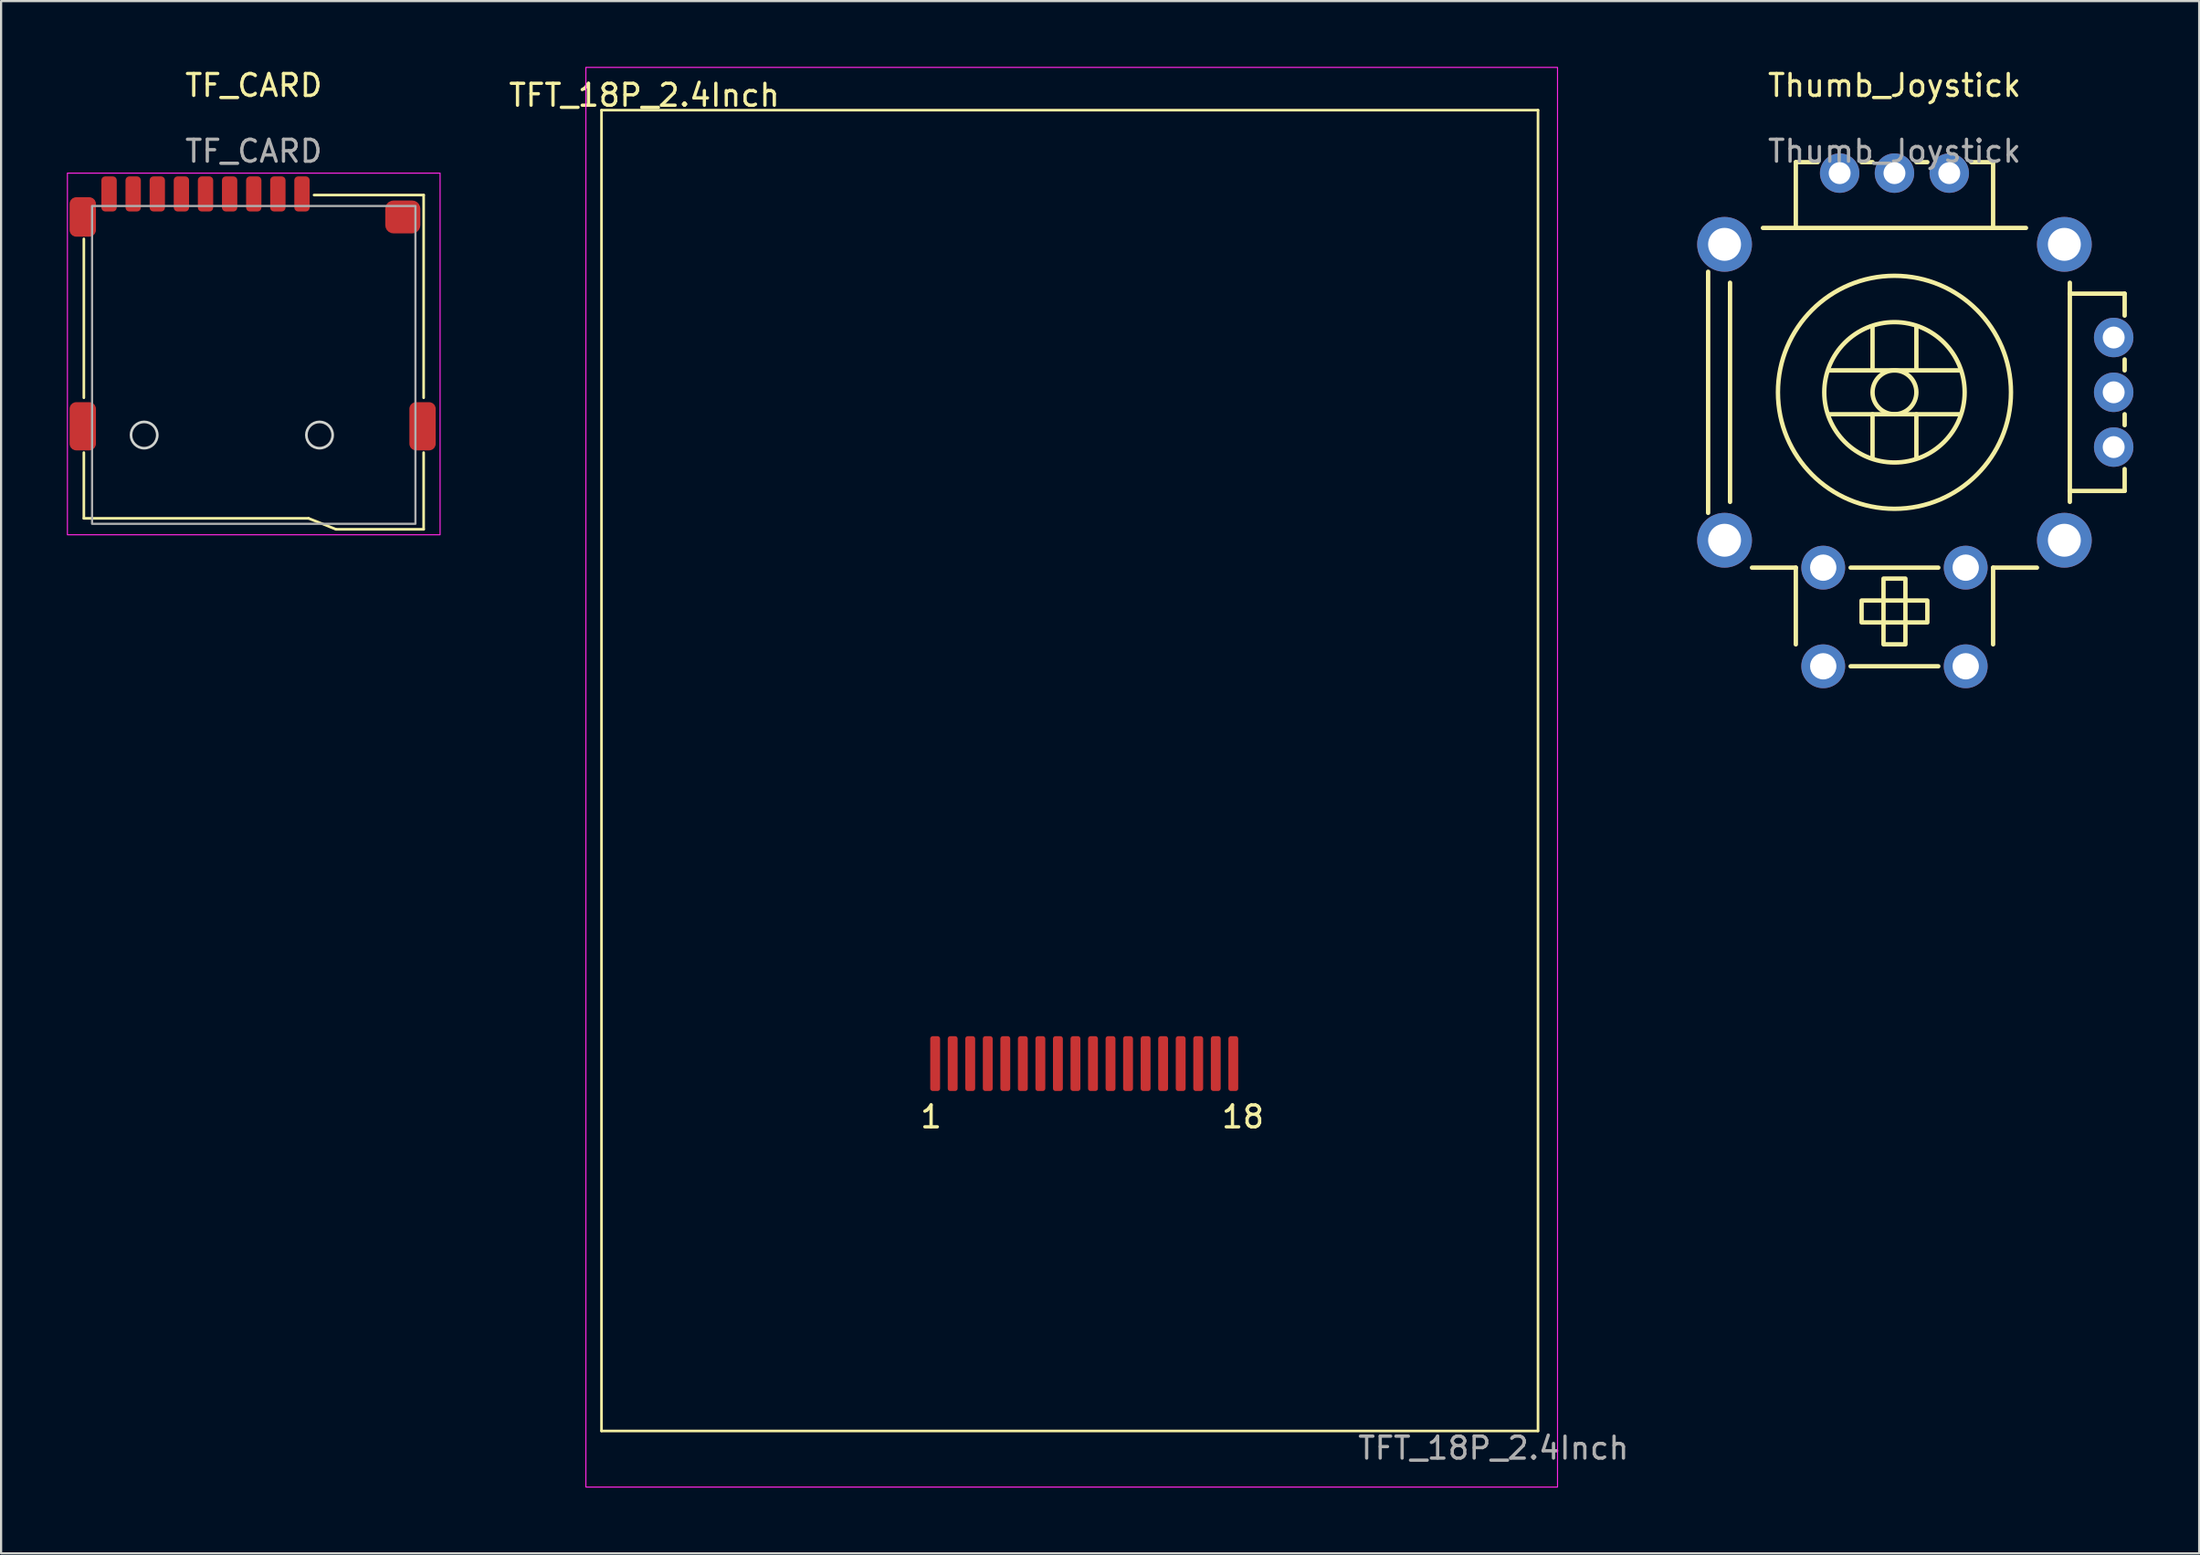
<source format=kicad_pcb>
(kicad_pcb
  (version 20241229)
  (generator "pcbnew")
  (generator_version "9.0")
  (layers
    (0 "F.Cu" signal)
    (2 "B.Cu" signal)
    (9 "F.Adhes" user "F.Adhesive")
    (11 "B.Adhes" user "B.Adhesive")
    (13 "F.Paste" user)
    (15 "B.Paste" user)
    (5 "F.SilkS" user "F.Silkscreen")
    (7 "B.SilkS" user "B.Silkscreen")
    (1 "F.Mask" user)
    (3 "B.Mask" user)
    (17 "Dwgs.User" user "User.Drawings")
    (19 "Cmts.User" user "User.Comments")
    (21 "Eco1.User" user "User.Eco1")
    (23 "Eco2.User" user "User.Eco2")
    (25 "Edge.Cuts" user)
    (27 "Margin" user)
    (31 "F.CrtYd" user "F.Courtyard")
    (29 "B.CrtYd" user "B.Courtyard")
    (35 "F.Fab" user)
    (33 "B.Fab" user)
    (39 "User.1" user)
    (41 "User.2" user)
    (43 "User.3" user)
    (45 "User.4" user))
  (footprint "TFT_18P_2.4Inch"
    (layer "F.Cu")
    (at 46.408 44.475)
    (property "Reference" "TFT_18P_2.4Inch" (at -20.066 -43.18 0) (unlocked yes) (layer "F.SilkS") (effects (font (size 1 1) (thickness 0.15))))
    (attr smd)
    (fp_line (start -22.02 -42.5) (end -22.02 17.76) (stroke (width 0.12) (type solid)) (layer "F.SilkS"))
    (fp_line (start -22.02 17.76) (end 20.7 17.76) (stroke (width 0.12) (type solid)) (layer "F.SilkS"))
    (fp_line (start 20.7 -42.5) (end -22.02 -42.5) (stroke (width 0.12) (type solid)) (layer "F.SilkS"))
    (fp_line (start 20.7 17.76) (end 20.7 -42.5) (stroke (width 0.12) (type solid)) (layer "F.SilkS"))
    (fp_rect (start -22.733 -44.45) (end 21.59 20.32) (stroke (width 0.05) (type solid)) (fill no) (layer "F.CrtYd"))
    (fp_text user "1" (at -6.985 3.429 0) (unlocked yes) (layer "F.SilkS") (effects (font (size 1 1) (thickness 0.15))))
    (fp_text user "18" (at 7.239 3.429 0) (unlocked yes) (layer "F.SilkS") (effects (font (size 1 1) (thickness 0.15))))
    (fp_text user "${REFERENCE}" (at 18.669 18.542 0) (unlocked yes) (layer "F.Fab") (effects (font (size 1 1) (thickness 0.15))))
    (pad "1" smd roundrect (at -6.8 1) (size 0.45 2.5) (layers "F.Cu" "F.Mask" "F.Paste") (roundrect_rratio 0.25))
    (pad "2" smd roundrect (at -6 1) (size 0.45 2.5) (layers "F.Cu" "F.Mask" "F.Paste") (roundrect_rratio 0.25))
    (pad "3" smd roundrect (at -5.2 1) (size 0.45 2.5) (layers "F.Cu" "F.Mask" "F.Paste") (roundrect_rratio 0.25))
    (pad "4" smd roundrect (at -4.4 1) (size 0.45 2.5) (layers "F.Cu" "F.Mask" "F.Paste") (roundrect_rratio 0.25))
    (pad "5" smd roundrect (at -3.6 1) (size 0.45 2.5) (layers "F.Cu" "F.Mask" "F.Paste") (roundrect_rratio 0.25))
    (pad "6" smd roundrect (at -2.8 1) (size 0.45 2.5) (layers "F.Cu" "F.Mask" "F.Paste") (roundrect_rratio 0.25))
    (pad "7" smd roundrect (at -2 1) (size 0.45 2.5) (layers "F.Cu" "F.Mask" "F.Paste") (roundrect_rratio 0.25))
    (pad "8" smd roundrect (at -1.2 1) (size 0.45 2.5) (layers "F.Cu" "F.Mask" "F.Paste") (roundrect_rratio 0.25))
    (pad "9" smd roundrect (at -0.4 1) (size 0.45 2.5) (layers "F.Cu" "F.Mask" "F.Paste") (roundrect_rratio 0.25))
    (pad "10" smd roundrect (at 0.4 1) (size 0.45 2.5) (layers "F.Cu" "F.Mask" "F.Paste") (roundrect_rratio 0.25))
    (pad "11" smd roundrect (at 1.2 1) (size 0.45 2.5) (layers "F.Cu" "F.Mask" "F.Paste") (roundrect_rratio 0.25))
    (pad "12" smd roundrect (at 2 1) (size 0.45 2.5) (layers "F.Cu" "F.Mask" "F.Paste") (roundrect_rratio 0.25))
    (pad "13" smd roundrect (at 2.8 1) (size 0.45 2.5) (layers "F.Cu" "F.Mask" "F.Paste") (roundrect_rratio 0.25))
    (pad "14" smd roundrect (at 3.6 1) (size 0.45 2.5) (layers "F.Cu" "F.Mask" "F.Paste") (roundrect_rratio 0.25))
    (pad "15" smd roundrect (at 4.4 1) (size 0.45 2.5) (layers "F.Cu" "F.Mask" "F.Paste") (roundrect_rratio 0.25))
    (pad "16" smd roundrect (at 5.2 1) (size 0.45 2.5) (layers "F.Cu" "F.Mask" "F.Paste") (roundrect_rratio 0.25))
    (pad "17" smd roundrect (at 6 1) (size 0.45 2.5) (layers "F.Cu" "F.Mask" "F.Paste") (roundrect_rratio 0.25))
    (pad "18" smd roundrect (at 6.8 1) (size 0.45 2.5) (layers "F.Cu" "F.Mask" "F.Paste") (roundrect_rratio 0.25)))
  (footprint "TF_CARD"
    (layer "F.Cu")
    (at 8.525 6.348)
    (property "Reference" "TF_CARD" (at 0 -5.5 0) (unlocked yes) (layer "F.SilkS") (effects (font (size 1 1) (thickness 0.15))))
    (attr smd)
    (fp_line (start -7.75 1.5) (end -7.75 8.75) (stroke (width 0.12) (type solid)) (layer "F.SilkS"))
    (fp_line (start -7.75 11.25) (end -7.75 14.25) (stroke (width 0.12) (type solid)) (layer "F.SilkS"))
    (fp_line (start -7.75 14.25) (end 2.5 14.25) (stroke (width 0.12) (type solid)) (layer "F.SilkS"))
    (fp_line (start 3.75 14.75) (end 2.5 14.25) (stroke (width 0.12) (type solid)) (layer "F.SilkS"))
    (fp_line (start 7.75 -0.5) (end 2.75 -0.5) (stroke (width 0.12) (type solid)) (layer "F.SilkS"))
    (fp_line (start 7.75 8.75) (end 7.75 -0.5) (stroke (width 0.12) (type solid)) (layer "F.SilkS"))
    (fp_line (start 7.75 14.75) (end 3.75 14.75) (stroke (width 0.12) (type solid)) (layer "F.SilkS"))
    (fp_line (start 7.75 14.75) (end 7.75 11.25) (stroke (width 0.12) (type solid)) (layer "F.SilkS"))
    (fp_circle (center -5 10.45) (end -4.4 10.45) (stroke (width 0.12) (type solid)) (fill no) (layer "Edge.Cuts"))
    (fp_circle (center 3 10.45) (end 3.6 10.45) (stroke (width 0.12) (type solid)) (fill no) (layer "Edge.Cuts"))
    (fp_rect (start -8.5 -1.5) (end 8.5 15) (stroke (width 0.05) (type solid)) (fill no) (layer "F.CrtYd"))
    (fp_rect (start -7.375 0) (end 7.375 14.5) (stroke (width 0.1) (type solid)) (fill no) (layer "F.Fab"))
    (fp_text user "${REFERENCE}" (at 0 -2.5 0) (unlocked yes) (layer "F.Fab") (effects (font (size 1 1) (thickness 0.15))))
    (pad "1" smd roundrect (at 2.2 -0.55) (size 0.7 1.6) (layers "F.Cu" "F.Mask" "F.Paste") (roundrect_rratio 0.25))
    (pad "2" smd roundrect (at 1.1 -0.55) (size 0.7 1.6) (layers "F.Cu" "F.Mask" "F.Paste") (roundrect_rratio 0.25))
    (pad "3" smd roundrect (at 0 -0.55) (size 0.7 1.6) (layers "F.Cu" "F.Mask" "F.Paste") (roundrect_rratio 0.25))
    (pad "4" smd roundrect (at -1.1 -0.55) (size 0.7 1.6) (layers "F.Cu" "F.Mask" "F.Paste") (roundrect_rratio 0.25))
    (pad "5" smd roundrect (at -2.2 -0.55) (size 0.7 1.6) (layers "F.Cu" "F.Mask" "F.Paste") (roundrect_rratio 0.25))
    (pad "6" smd roundrect (at -3.3 -0.55) (size 0.7 1.6) (layers "F.Cu" "F.Mask" "F.Paste") (roundrect_rratio 0.25))
    (pad "7" smd roundrect (at -4.4 -0.55) (size 0.7 1.6) (layers "F.Cu" "F.Mask" "F.Paste") (roundrect_rratio 0.25))
    (pad "8" smd roundrect (at -5.5 -0.55) (size 0.7 1.6) (layers "F.Cu" "F.Mask" "F.Paste") (roundrect_rratio 0.25))
    (pad "9" smd roundrect (at -6.6 -0.55) (size 0.7 1.6) (layers "F.Cu" "F.Mask" "F.Paste") (roundrect_rratio 0.25))
    (pad "10" smd roundrect (at -7.8 0.5) (size 1.2 1.8) (layers "F.Cu" "F.Mask" "F.Paste") (roundrect_rratio 0.25))
    (pad "10" smd roundrect (at -7.8 10.05) (size 1.2 2.2) (layers "F.Cu" "F.Mask" "F.Paste") (roundrect_rratio 0.25))
    (pad "10" smd roundrect (at 6.8 0.5) (size 1.6 1.5) (layers "F.Cu" "F.Mask" "F.Paste") (roundrect_rratio 0.25))
    (pad "10" smd roundrect (at 7.7 10.05) (size 1.2 2.2) (layers "F.Cu" "F.Mask" "F.Paste") (roundrect_rratio 0.25)))
  (footprint "Thumb_Joystick"
    (layer "F.Cu")
    (at 83.368 14.848)
    (property "Reference" "Thumb_Joystick" (at 0 -14 0) (unlocked yes) (layer "F.SilkS") (effects (font (size 1 1) (thickness 0.15))))
    (attr through_hole)
    (fp_line (start -8.5 -5.5) (end -8.5 5.5) (stroke (width 0.2) (type solid)) (layer "F.SilkS"))
    (fp_line (start -7.5 -5) (end -7.5 5) (stroke (width 0.2) (type solid)) (layer "F.SilkS"))
    (fp_line (start -6.5 8) (end -4.5 8) (stroke (width 0.2) (type solid)) (layer "F.SilkS"))
    (fp_line (start -6 -7.5) (end 6 -7.5) (stroke (width 0.2) (type solid)) (layer "F.SilkS"))
    (fp_line (start -4.5 -10.5) (end -3.5 -10.5) (stroke (width 0.2) (type solid)) (layer "F.SilkS"))
    (fp_line (start -4.5 -7.5) (end -4.5 -10.5) (stroke (width 0.2) (type solid)) (layer "F.SilkS"))
    (fp_line (start -4.5 8) (end -4.5 11.5) (stroke (width 0.2) (type solid)) (layer "F.SilkS"))
    (fp_line (start -3 -1) (end 3 -1) (stroke (width 0.2) (type solid)) (layer "F.SilkS"))
    (fp_line (start -3 1) (end 3 1) (stroke (width 0.2) (type solid)) (layer "F.SilkS"))
    (fp_line (start -2 8) (end 2 8) (stroke (width 0.2) (type solid)) (layer "F.SilkS"))
    (fp_line (start -2 12.5) (end 2 12.5) (stroke (width 0.2) (type solid)) (layer "F.SilkS"))
    (fp_line (start -1.5 -10.5) (end -1 -10.5) (stroke (width 0.2) (type solid)) (layer "F.SilkS"))
    (fp_line (start -1 -1) (end -1 -3) (stroke (width 0.2) (type solid)) (layer "F.SilkS"))
    (fp_line (start -1 1) (end -1 3) (stroke (width 0.2) (type solid)) (layer "F.SilkS"))
    (fp_line (start 1 -10.5) (end 1.5 -10.5) (stroke (width 0.2) (type solid)) (layer "F.SilkS"))
    (fp_line (start 1 -3) (end 1 -1) (stroke (width 0.2) (type solid)) (layer "F.SilkS"))
    (fp_line (start 1 1) (end 1 3) (stroke (width 0.2) (type solid)) (layer "F.SilkS"))
    (fp_line (start 3.5 -10.5) (end 4.5 -10.5) (stroke (width 0.2) (type solid)) (layer "F.SilkS"))
    (fp_line (start 4.5 -10.5) (end 4.5 -7.5) (stroke (width 0.2) (type solid)) (layer "F.SilkS"))
    (fp_line (start 4.5 8) (end 4.5 11.5) (stroke (width 0.2) (type solid)) (layer "F.SilkS"))
    (fp_line (start 6.5 8) (end 4.5 8) (stroke (width 0.2) (type solid)) (layer "F.SilkS"))
    (fp_line (start 8 -5) (end 8 5) (stroke (width 0.2) (type solid)) (layer "F.SilkS"))
    (fp_line (start 8 -4.5) (end 10.5 -4.5) (stroke (width 0.2) (type solid)) (layer "F.SilkS"))
    (fp_line (start 10.5 -4.5) (end 10.5 -3.5) (stroke (width 0.2) (type solid)) (layer "F.SilkS"))
    (fp_line (start 10.5 -1.5) (end 10.5 -1) (stroke (width 0.2) (type solid)) (layer "F.SilkS"))
    (fp_line (start 10.5 1) (end 10.5 1.5) (stroke (width 0.2) (type solid)) (layer "F.SilkS"))
    (fp_line (start 10.5 3.5) (end 10.5 4.5) (stroke (width 0.2) (type solid)) (layer "F.SilkS"))
    (fp_line (start 10.5 4.5) (end 8 4.5) (stroke (width 0.2) (type solid)) (layer "F.SilkS"))
    (fp_rect (start -1.5 9.5) (end 1.5 10.5) (stroke (width 0.2) (type solid)) (fill no) (layer "F.SilkS"))
    (fp_rect (start -0.5 8.5) (end 0.5 11.5) (stroke (width 0.2) (type solid)) (fill no) (layer "F.SilkS"))
    (fp_circle (center 0 0) (end 1 0) (stroke (width 0.2) (type solid)) (fill no) (layer "F.SilkS"))
    (fp_circle (center 0 0) (end 3.202 0) (stroke (width 0.2) (type solid)) (fill no) (layer "F.SilkS"))
    (fp_circle (center 0 0) (end 5.315 0) (stroke (width 0.2) (type solid)) (fill no) (layer "F.SilkS"))
    (fp_text user "${REFERENCE}" (at 0 -11 0) (unlocked yes) (layer "F.Fab") (effects (font (size 1 1) (thickness 0.15))))
    (pad "0" thru_hole circle (at -7.75 -6.75) (size 2.5 2.5) (drill 1.5) (layers "*.Cu" "*.Mask"))
    (pad "0" thru_hole circle (at -7.75 6.75) (size 2.5 2.5) (drill 1.5) (layers "*.Cu" "*.Mask"))
    (pad "0" thru_hole circle (at 7.75 -6.75) (size 2.5 2.5) (drill 1.5) (layers "*.Cu" "*.Mask"))
    (pad "0" thru_hole circle (at 7.75 6.75) (size 2.5 2.5) (drill 1.5) (layers "*.Cu" "*.Mask"))
    (pad "1" thru_hole circle (at -2.5 -10) (size 1.8 1.8) (drill 1) (layers "*.Cu" "*.Mask"))
    (pad "2" thru_hole circle (at 0 -10) (size 1.8 1.8) (drill 1) (layers "*.Cu" "*.Mask"))
    (pad "3" thru_hole circle (at 2.5 -10) (size 1.8 1.8) (drill 1) (layers "*.Cu" "*.Mask"))
    (pad "4" thru_hole circle (at 10 -2.5) (size 1.8 1.8) (drill 1) (layers "*.Cu" "*.Mask"))
    (pad "5" thru_hole circle (at 10 0) (size 1.8 1.8) (drill 1) (layers "*.Cu" "*.Mask"))
    (pad "6" thru_hole circle (at 10 2.5) (size 1.8 1.8) (drill 1) (layers "*.Cu" "*.Mask"))
    (pad "7" thru_hole circle (at -3.25 8) (size 2 2) (drill 1.2) (layers "*.Cu" "*.Mask"))
    (pad "8" thru_hole circle (at 3.25 8) (size 2 2) (drill 1.2) (layers "*.Cu" "*.Mask"))
    (pad "9" thru_hole circle (at -3.25 12.5) (size 2 2) (drill 1.2) (layers "*.Cu" "*.Mask"))
    (pad "10" thru_hole circle (at 3.25 12.5) (size 2 2) (drill 1.2) (layers "*.Cu" "*.Mask")))
  (gr_rect
    (start -3 -3)
    (end 97.268 67.82)
    (stroke (width 0.1) (type default))
    (fill no)
    (layer "Edge.Cuts")))
</source>
